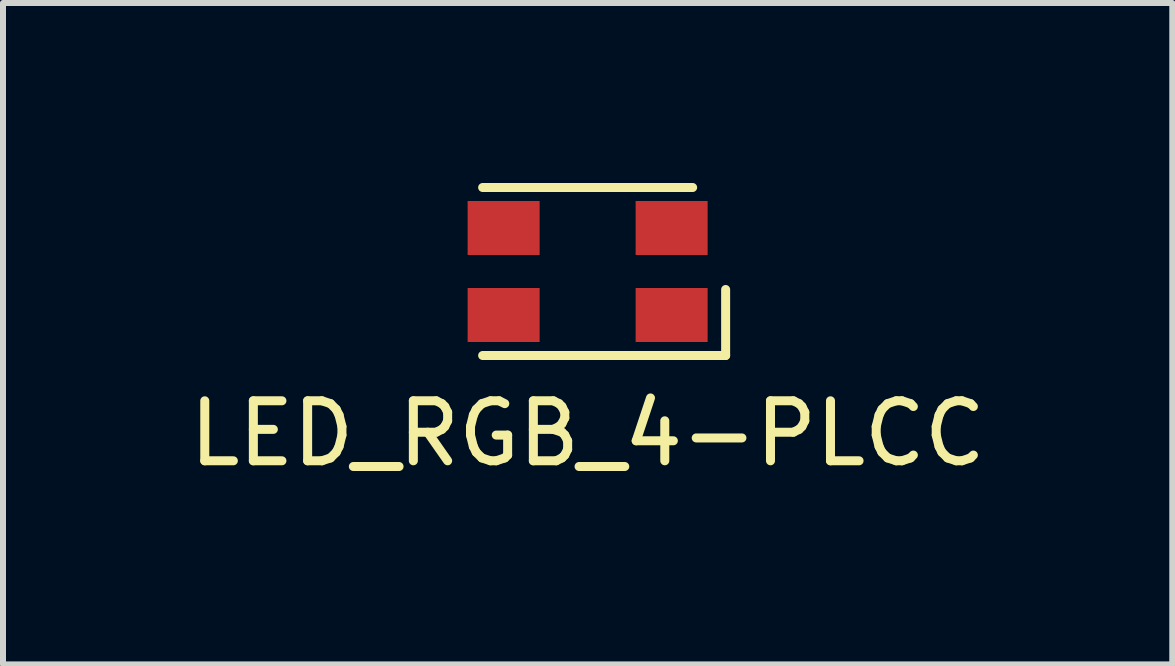
<source format=kicad_pcb>
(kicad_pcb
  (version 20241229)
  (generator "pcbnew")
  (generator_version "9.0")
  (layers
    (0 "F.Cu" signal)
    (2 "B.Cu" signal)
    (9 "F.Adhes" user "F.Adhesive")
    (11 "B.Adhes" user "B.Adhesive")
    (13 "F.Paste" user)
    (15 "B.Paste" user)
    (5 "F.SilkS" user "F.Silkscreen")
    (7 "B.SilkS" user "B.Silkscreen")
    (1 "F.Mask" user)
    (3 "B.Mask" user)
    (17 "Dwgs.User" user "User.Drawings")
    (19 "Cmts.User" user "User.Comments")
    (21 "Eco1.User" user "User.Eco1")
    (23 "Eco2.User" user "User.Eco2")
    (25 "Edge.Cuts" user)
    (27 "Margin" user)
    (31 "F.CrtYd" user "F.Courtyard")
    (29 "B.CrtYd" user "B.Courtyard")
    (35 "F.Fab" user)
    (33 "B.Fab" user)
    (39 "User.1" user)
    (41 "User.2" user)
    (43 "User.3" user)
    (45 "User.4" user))
  (footprint "LED_RGB_4-PLCC"
    (layer "F.Cu")
    (at 6.744 1.475)
    (property "Reference" "LED_RGB_4-PLCC" (at 0 2.7 0) (layer "F.SilkS") (effects (font (size 1 1) (thickness 0.15))))
    (attr through_hole)
    (fp_line (start -1.75 -1.4) (end 1.75 -1.4) (stroke (width 0.15) (type solid)) (layer "F.SilkS"))
    (fp_line (start 2.3 0.3) (end 2.3 1.4) (stroke (width 0.15) (type solid)) (layer "F.SilkS"))
    (fp_line (start 2.3 1.4) (end -1.75 1.4) (stroke (width 0.15) (type solid)) (layer "F.SilkS"))
    (pad "1" smd rect (at 1.4 0.725) (size 1.2 0.9) (layers "F.Cu" "F.Mask" "F.Paste"))
    (pad "2" smd rect (at -1.4 0.725) (size 1.2 0.9) (layers "F.Cu" "F.Mask" "F.Paste"))
    (pad "3" smd rect (at -1.4 -0.725) (size 1.2 0.9) (layers "F.Cu" "F.Mask" "F.Paste"))
    (pad "4" smd rect (at 1.4 -0.725) (size 1.2 0.9) (layers "F.Cu" "F.Mask" "F.Paste")))
  (gr_rect
    (start -3 -3)
    (end 16.488 8.023)
    (stroke (width 0.1) (type default))
    (fill no)
    (layer "Edge.Cuts")))
</source>
